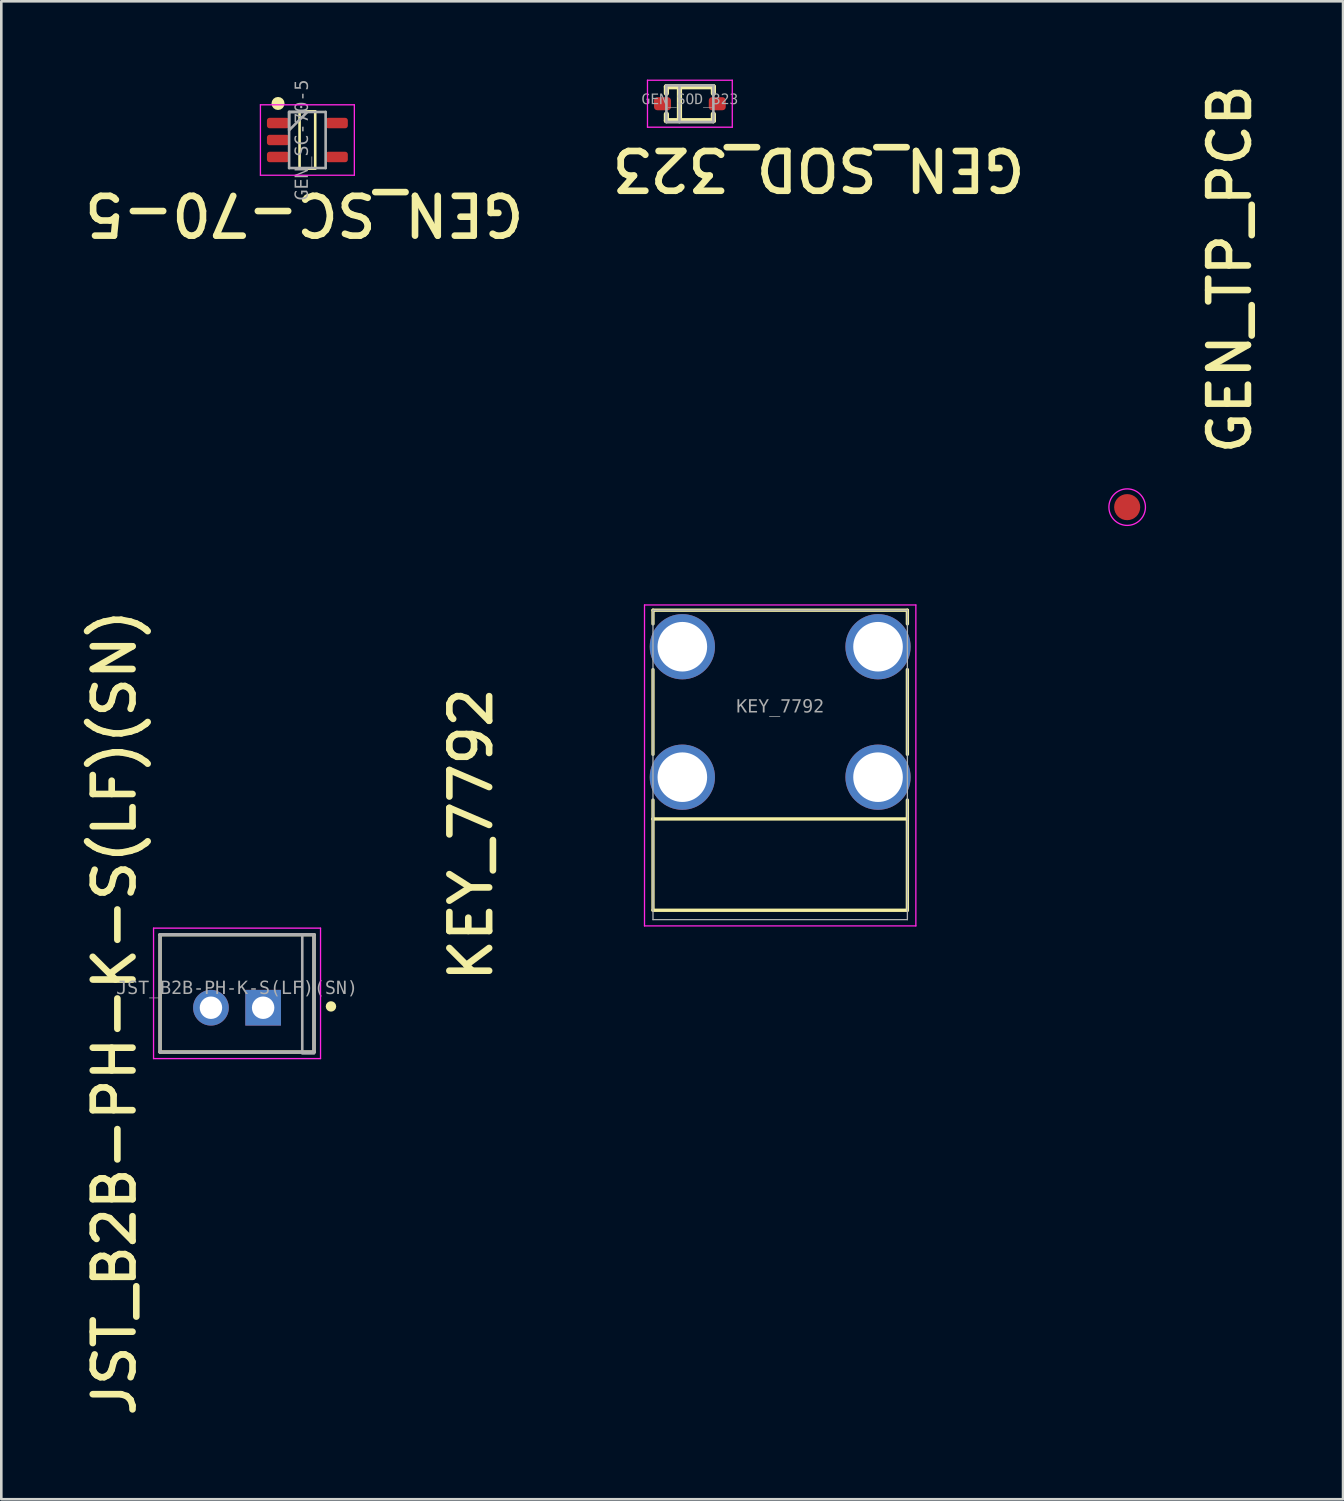
<source format=kicad_pcb>
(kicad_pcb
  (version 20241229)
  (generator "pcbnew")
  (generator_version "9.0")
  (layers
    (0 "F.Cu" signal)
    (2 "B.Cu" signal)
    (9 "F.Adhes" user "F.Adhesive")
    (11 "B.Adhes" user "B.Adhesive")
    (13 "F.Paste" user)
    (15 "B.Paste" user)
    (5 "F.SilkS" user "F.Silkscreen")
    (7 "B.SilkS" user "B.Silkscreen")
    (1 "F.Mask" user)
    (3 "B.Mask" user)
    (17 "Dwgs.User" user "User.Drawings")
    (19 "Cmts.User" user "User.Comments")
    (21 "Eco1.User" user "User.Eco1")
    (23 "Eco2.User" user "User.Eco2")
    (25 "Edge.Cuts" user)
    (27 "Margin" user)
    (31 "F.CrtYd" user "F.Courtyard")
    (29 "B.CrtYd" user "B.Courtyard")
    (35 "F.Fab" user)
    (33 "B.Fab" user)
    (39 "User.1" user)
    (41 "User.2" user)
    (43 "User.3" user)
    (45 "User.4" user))
  (footprint "JST_B2B-PH-K-S(LF)(SN)"
    (layer "F.Cu")
    (at 6.035 35.023)
    (property "Reference" "JST_B2B-PH-K-S(LF)(SN)" (at -4.698 0.739 90) (unlocked yes) (layer "F.SilkS") (effects (font (size 1.524 1.524) (thickness 0.254))))
    (fp_line (start -2.95 2.25) (end -2.95 -2.25) (stroke (width 0.127) (type solid)) (layer "F.SilkS"))
    (fp_line (start 2.95 -2.25) (end -2.95 -2.25) (stroke (width 0.127) (type solid)) (layer "F.SilkS"))
    (fp_line (start 2.95 2.25) (end -2.95 2.25) (stroke (width 0.127) (type solid)) (layer "F.SilkS"))
    (fp_line (start 2.95 2.25) (end 2.95 -2.25) (stroke (width 0.127) (type solid)) (layer "F.SilkS"))
    (fp_circle (center 3.6 0.5) (end 3.5 0.5) (stroke (width 0.2) (type solid)) (fill no) (layer "F.SilkS"))
    (fp_line (start -3.2 2.5) (end -3.2 -2.5) (stroke (width 0.05) (type solid)) (layer "F.CrtYd"))
    (fp_line (start 3.2 -2.5) (end -3.2 -2.5) (stroke (width 0.05) (type solid)) (layer "F.CrtYd"))
    (fp_line (start 3.2 2.5) (end -3.2 2.5) (stroke (width 0.05) (type solid)) (layer "F.CrtYd"))
    (fp_line (start 3.2 2.5) (end 3.2 -2.5) (stroke (width 0.05) (type solid)) (layer "F.CrtYd"))
    (fp_line (start -2.95 2.25) (end -2.95 -2.25) (stroke (width 0.127) (type solid)) (layer "F.Fab"))
    (fp_line (start 2.95 -2.25) (end -2.95 -2.25) (stroke (width 0.127) (type solid)) (layer "F.Fab"))
    (fp_line (start 2.95 2.25) (end -2.95 2.25) (stroke (width 0.127) (type solid)) (layer "F.Fab"))
    (fp_line (start 2.95 2.25) (end 2.95 -2.25) (stroke (width 0.127) (type solid)) (layer "F.Fab"))
    (fp_rect (start 2.5 2.3) (end 2.95 -2.25) (stroke (width 0.1) (type default)) (fill no) (layer "F.Fab"))
    (fp_line (start 0 0.3) (end 0 -0.3) (stroke (width 0.1) (type solid)) (layer "User.1"))
    (fp_line (start 0.3 0) (end -0.3 0) (stroke (width 0.1) (type solid)) (layer "User.1"))
    (fp_text user "${REFERENCE}" (at 0.00001 -0.184 0) (unlocked yes) (layer "F.Fab") (effects (font (face "Consolas") (size 0.5 0.5) (thickness 0.254))))
    (pad "1" thru_hole rect (at 1 0.55 180) (size 1.368 1.368) (drill 0.86) (layers "*.Cu" "*.Mask"))
    (pad "2" thru_hole circle (at -1 0.55 180) (size 1.368 1.368) (drill 0.86) (layers "*.Cu" "*.Mask")))
  (footprint "GEN_SOD_323"
    (layer "F.Cu")
    (at 23.391 0.925)
    (property "Reference" "GEN_SOD_323" (at 4.933 2.504 180) (unlocked yes) (layer "F.SilkS") (effects (font (size 1.524 1.524) (thickness 0.254))))
    (fp_line (start -0.9 -0.65) (end -0.9 -0.4) (stroke (width 0.2) (type solid)) (layer "F.SilkS"))
    (fp_line (start -0.9 -0.65) (end 0.9 -0.65) (stroke (width 0.2) (type solid)) (layer "F.SilkS"))
    (fp_line (start -0.9 0.4) (end -0.9 0.65) (stroke (width 0.2) (type solid)) (layer "F.SilkS"))
    (fp_line (start -0.9 0.65) (end 0.9 0.65) (stroke (width 0.2) (type solid)) (layer "F.SilkS"))
    (fp_line (start -0.4 -0.65) (end -0.4 0.65) (stroke (width 0.2) (type solid)) (layer "F.SilkS"))
    (fp_line (start 0.9 -0.65) (end 0.9 -0.4) (stroke (width 0.2) (type solid)) (layer "F.SilkS"))
    (fp_line (start 0.9 0.4) (end 0.9 0.65) (stroke (width 0.2) (type solid)) (layer "F.SilkS"))
    (fp_line (start -1.625 -0.9) (end -1.625 0.9) (stroke (width 0.05) (type solid)) (layer "F.CrtYd"))
    (fp_line (start -1.625 -0.9) (end 1.625 -0.9) (stroke (width 0.05) (type solid)) (layer "F.CrtYd"))
    (fp_line (start -1.625 0.9) (end 1.625 0.9) (stroke (width 0.05) (type solid)) (layer "F.CrtYd"))
    (fp_line (start 1.625 -0.9) (end 1.625 0.9) (stroke (width 0.05) (type solid)) (layer "F.CrtYd"))
    (fp_line (start -0.9 -0.7) (end -0.9 -0.4) (stroke (width 0.1) (type solid)) (layer "F.Fab"))
    (fp_line (start -0.9 -0.7) (end 0.9 -0.7) (stroke (width 0.1) (type solid)) (layer "F.Fab"))
    (fp_line (start -0.9 -0.4) (end -0.9 0.7) (stroke (width 0.1) (type solid)) (layer "F.Fab"))
    (fp_line (start -0.9 0.7) (end 0.9 0.7) (stroke (width 0.1) (type solid)) (layer "F.Fab"))
    (fp_line (start -0.4 -0.7) (end -0.4 0.7) (stroke (width 0.1) (type solid)) (layer "F.Fab"))
    (fp_line (start 0.9 -0.7) (end 0.9 -0.4) (stroke (width 0.1) (type solid)) (layer "F.Fab"))
    (fp_line (start 0.9 -0.4) (end 0.9 0.7) (stroke (width 0.1) (type solid)) (layer "F.Fab"))
    (fp_line (start -0.3 0) (end 0.3 0) (stroke (width 0.1) (type solid)) (layer "User.2"))
    (fp_line (start 0 -0.3) (end 0 0.3) (stroke (width 0.1) (type solid)) (layer "User.2"))
    (fp_text user "${REFERENCE}" (at 0.000005 -0.149 0) (unlocked yes) (layer "F.Fab") (effects (font (face "Consolas") (size 0.4 0.4) (thickness 0.254))))
    (pad "1" smd roundrect (at -1.05 0) (size 0.65 0.5) (layers "F.Cu" "F.Mask" "F.Paste") (roundrect_rratio 0.25))
    (pad "2" smd roundrect (at 1.05 0) (size 0.65 0.5) (layers "F.Cu" "F.Mask" "F.Paste") (roundrect_rratio 0.25)))
  (footprint "GEN_TP_PCB"
    (layer "F.Cu")
    (at 40.151 16.387)
    (property "Reference" "GEN_TP_PCB" (at 3.936 -9.119 90) (unlocked yes) (layer "F.SilkS") (effects (font (size 1.524 1.524) (thickness 0.254))))
    (fp_circle (center 0 0) (end -0.7 0) (stroke (width 0.05) (type solid)) (fill no) (layer "F.CrtYd"))
    (pad "1" smd circle (at 0 0) (size 1 1) (property pad_prop_testpoint) (layers "F.Cu" "F.Mask")))
  (footprint "GEN_SC-70-5"
    (layer "F.Cu")
    (at 8.731 2.316)
    (property "Reference" "GEN_SC-70-5" (at -0.12 2.833 180) (unlocked yes) (layer "F.SilkS") (effects (font (size 1.524 1.524) (thickness 0.254))))
    (fp_line (start -0.3 -1.1) (end -0.3 1.1) (stroke (width 0.1) (type solid)) (layer "F.SilkS"))
    (fp_line (start -0.3 -1.1) (end 0.3 -1.1) (stroke (width 0.1) (type solid)) (layer "F.SilkS"))
    (fp_line (start -0.3 1.1) (end 0.3 1.1) (stroke (width 0.1) (type solid)) (layer "F.SilkS"))
    (fp_line (start 0.3 -1.1) (end 0.3 1.1) (stroke (width 0.1) (type solid)) (layer "F.SilkS"))
    (fp_circle (center -1.125 -1.4) (end -1.125 -1.275) (stroke (width 0.25) (type solid)) (fill no) (layer "F.SilkS"))
    (fp_line (start -1.8 -1.35) (end -1.8 1.35) (stroke (width 0.05) (type solid)) (layer "F.CrtYd"))
    (fp_line (start -1.8 -1.35) (end 1.8 -1.35) (stroke (width 0.05) (type solid)) (layer "F.CrtYd"))
    (fp_line (start -1.8 1.35) (end 1.8 1.35) (stroke (width 0.05) (type solid)) (layer "F.CrtYd"))
    (fp_line (start 1.8 -1.35) (end 1.8 1.35) (stroke (width 0.05) (type solid)) (layer "F.CrtYd"))
    (fp_line (start -0.7 -1.075) (end -0.7 1.075) (stroke (width 0.1) (type solid)) (layer "F.Fab"))
    (fp_line (start -0.7 -1.075) (end 0.7 -1.075) (stroke (width 0.1) (type solid)) (layer "F.Fab"))
    (fp_line (start -0.7 1.075) (end 0.7 1.075) (stroke (width 0.1) (type solid)) (layer "F.Fab"))
    (fp_line (start 0.7 -1.075) (end 0.7 1.075) (stroke (width 0.1) (type solid)) (layer "F.Fab"))
    (fp_poly (pts (xy -0.7 -0.375) (xy 0 -1.075) (xy -0.7 -1.075)) (stroke (width 0.1) (type default)) (fill no) (layer "F.Fab"))
    (fp_line (start -0.5 0) (end 0.5 0) (stroke (width 0.1) (type solid)) (layer "User.2"))
    (fp_line (start 0 -0.5) (end 0 0.5) (stroke (width 0.1) (type solid)) (layer "User.2"))
    (fp_text user "${REFERENCE}" (at -0.188 -0.000005 90) (unlocked yes) (layer "F.Fab") (effects (font (face "Consolas") (size 0.5 0.5) (thickness 0.254))))
    (pad "1" smd roundrect (at -1.125 -0.65 90) (size 0.4 0.85) (layers "F.Cu" "F.Mask" "F.Paste") (roundrect_rratio 0.25))
    (pad "2" smd roundrect (at -1.125 0 90) (size 0.4 0.85) (layers "F.Cu" "F.Mask" "F.Paste") (roundrect_rratio 0.25))
    (pad "3" smd roundrect (at -1.125 0.65 90) (size 0.4 0.85) (layers "F.Cu" "F.Mask" "F.Paste") (roundrect_rratio 0.25))
    (pad "4" smd roundrect (at 1.125 0.65 90) (size 0.4 0.85) (layers "F.Cu" "F.Mask" "F.Paste") (roundrect_rratio 0.25))
    (pad "5" smd roundrect (at 1.125 -0.65 90) (size 0.4 0.85) (layers "F.Cu" "F.Mask" "F.Paste") (roundrect_rratio 0.25)))
  (footprint "KEY_7792"
    (layer "F.Cu")
    (at 26.852 24.237)
    (property "Reference" "KEY_7792" (at -11.847 4.692 90) (unlocked yes) (layer "F.SilkS") (effects (font (size 1.524 1.524) (thickness 0.254))))
    (fp_line (start -4.875 -3.9) (end -4.875 -3.375) (stroke (width 0.127) (type solid)) (layer "F.SilkS"))
    (fp_line (start -4.875 -1.625) (end -4.875 1.625) (stroke (width 0.127) (type solid)) (layer "F.SilkS"))
    (fp_line (start -4.875 3.375) (end -4.875 4.1) (stroke (width 0.127) (type solid)) (layer "F.SilkS"))
    (fp_line (start -4.875 4.1) (end -4.875 7.6) (stroke (width 0.127) (type solid)) (layer "F.SilkS"))
    (fp_line (start 4.875 -3.9) (end -4.875 -3.9) (stroke (width 0.127) (type solid)) (layer "F.SilkS"))
    (fp_line (start 4.875 -3.9) (end 4.875 -3.375) (stroke (width 0.127) (type solid)) (layer "F.SilkS"))
    (fp_line (start 4.875 -1.625) (end 4.875 1.625) (stroke (width 0.127) (type solid)) (layer "F.SilkS"))
    (fp_line (start 4.875 3.375) (end 4.875 4.1) (stroke (width 0.127) (type solid)) (layer "F.SilkS"))
    (fp_line (start 4.875 4.1) (end -4.875 4.1) (stroke (width 0.127) (type solid)) (layer "F.SilkS"))
    (fp_line (start 4.875 4.1) (end 4.875 7.6) (stroke (width 0.127) (type solid)) (layer "F.SilkS"))
    (fp_line (start 4.875 7.6) (end -4.875 7.6) (stroke (width 0.127) (type solid)) (layer "F.SilkS"))
    (fp_line (start -5.2 -4.1) (end -5.2 8.2) (stroke (width 0.05) (type solid)) (layer "F.CrtYd"))
    (fp_line (start 5.2 -4.1) (end -5.2 -4.1) (stroke (width 0.05) (type solid)) (layer "F.CrtYd"))
    (fp_line (start 5.2 -4.1) (end 5.2 8.2) (stroke (width 0.05) (type solid)) (layer "F.CrtYd"))
    (fp_line (start 5.2 8.2) (end -5.2 8.2) (stroke (width 0.05) (type solid)) (layer "F.CrtYd"))
    (fp_line (start -4.875 -3.9) (end -4.875 7.96) (stroke (width 0.05) (type solid)) (layer "F.Fab"))
    (fp_line (start 4.875 -3.9) (end -4.875 -3.9) (stroke (width 0.05) (type solid)) (layer "F.Fab"))
    (fp_line (start 4.875 -3.9) (end 4.875 7.96) (stroke (width 0.05) (type solid)) (layer "F.Fab"))
    (fp_line (start 4.875 7.96) (end -4.875 7.96) (stroke (width 0.05) (type solid)) (layer "F.Fab"))
    (fp_line (start 0 -0.3) (end 0 0.3) (stroke (width 0.1) (type solid)) (layer "User.2"))
    (fp_line (start 0.3 0) (end -0.3 0) (stroke (width 0.1) (type solid)) (layer "User.2"))
    (fp_text user "${REFERENCE}" (at 0.000005 -0.187 0) (unlocked yes) (layer "F.Fab") (effects (font (face "Consolas") (size 0.5 0.5) (thickness 0.254))))
    (pad "1" thru_hole circle (at -3.75 -2.5) (size 2.5 2.5) (drill 1.9) (layers "*.Cu" "*.Mask"))
    (pad "1" thru_hole circle (at -3.75 2.5) (size 2.5 2.5) (drill 1.9) (layers "*.Cu" "*.Mask"))
    (pad "1" thru_hole circle (at 3.75 -2.5 180) (size 2.5 2.5) (drill 1.9) (layers "*.Cu" "*.Mask"))
    (pad "1" thru_hole circle (at 3.75 2.5 180) (size 2.5 2.5) (drill 1.9) (layers "*.Cu" "*.Mask")))
  (gr_rect
    (start -3 -3)
    (end 48.425 54.412)
    (stroke (width 0.1) (type default))
    (fill no)
    (layer "Edge.Cuts")))
</source>
